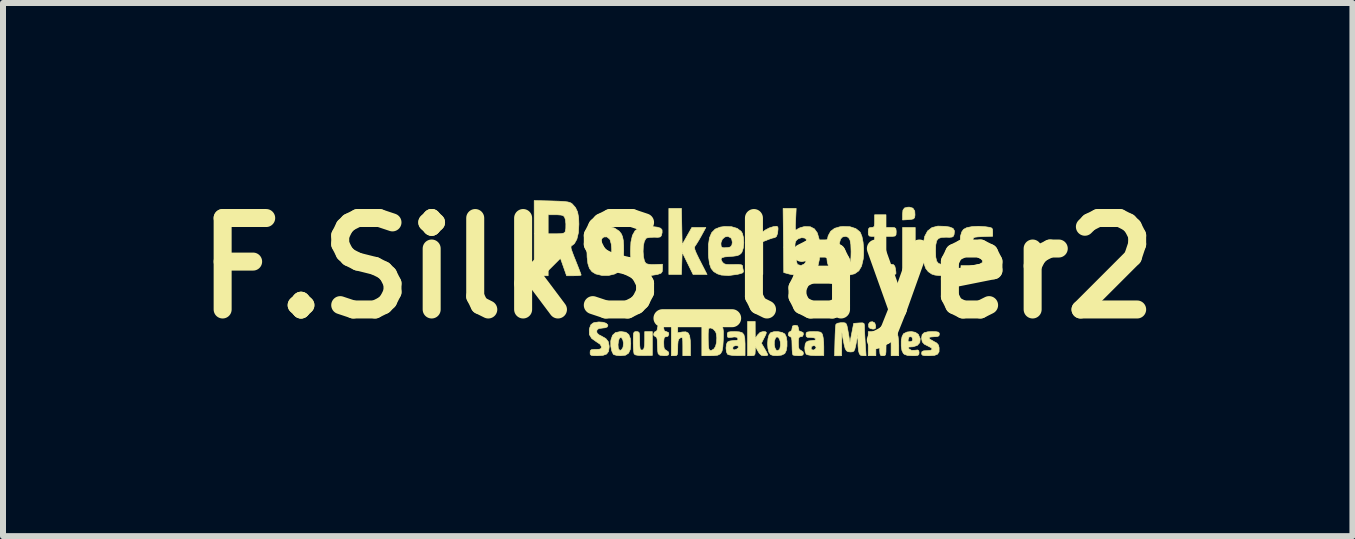
<source format=kicad_pcb>
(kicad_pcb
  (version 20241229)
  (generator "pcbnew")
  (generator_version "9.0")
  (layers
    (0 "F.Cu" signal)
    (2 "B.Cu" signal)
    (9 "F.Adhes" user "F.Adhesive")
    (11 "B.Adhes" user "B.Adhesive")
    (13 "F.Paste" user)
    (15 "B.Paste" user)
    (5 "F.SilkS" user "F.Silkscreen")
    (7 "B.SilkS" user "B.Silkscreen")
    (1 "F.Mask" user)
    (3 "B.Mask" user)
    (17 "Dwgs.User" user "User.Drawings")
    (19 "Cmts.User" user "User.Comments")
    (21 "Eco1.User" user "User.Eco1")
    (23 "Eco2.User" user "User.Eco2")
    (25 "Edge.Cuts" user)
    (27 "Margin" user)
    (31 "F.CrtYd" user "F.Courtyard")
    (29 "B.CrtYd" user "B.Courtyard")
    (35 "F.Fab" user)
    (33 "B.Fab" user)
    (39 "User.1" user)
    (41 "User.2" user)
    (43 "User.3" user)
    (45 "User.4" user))
  (footprint "F.SilkS_layer2"
    (layer "F.Cu")
    (at 8.244 1.418)
    (property "Reference" "F.SilkS_layer2" (at 0 0 0) (layer "F.SilkS") (effects (font (size 1.524 1.524) (thickness 0.3))))
    (attr through_hole)
    (fp_poly (pts (xy 3.302 1.46) (xy 3.175 1.46) (xy 3.175 1.058) (xy 3.302 1.058) (xy 3.302 1.46)) (stroke (width 0.01) (type solid)) (fill yes) (layer "F.SilkS"))
    (fp_poly (pts (xy 3.958 0.106) (xy 3.747 0.106) (xy 3.747 -0.677) (xy 3.958 -0.677) (xy 3.958 0.106)) (stroke (width 0.01) (type solid)) (fill yes) (layer "F.SilkS"))
    (fp_poly (pts (xy 3.283 0.913) (xy 3.298 0.958) (xy 3.297 1) (xy 3.274 1.015) (xy 3.25 1.016) (xy 3.204 1.005) (xy 3.183 0.984) (xy 3.179 0.933) (xy 3.205 0.899) (xy 3.244 0.893) (xy 3.283 0.913)) (stroke (width 0.01) (type solid)) (fill yes) (layer "F.SilkS"))
    (fp_poly (pts (xy 3.919 -0.999) (xy 3.95 -0.951) (xy 3.954 -0.885) (xy 3.948 -0.843) (xy 3.93 -0.821) (xy 3.89 -0.812) (xy 3.847 -0.808) (xy 3.747 -0.802) (xy 3.747 -0.896) (xy 3.753 -0.965) (xy 3.779 -1.002) (xy 3.832 -1.015) (xy 3.862 -1.016) (xy 3.919 -0.999)) (stroke (width 0.01) (type solid)) (fill yes) (layer "F.SilkS"))
    (fp_poly (pts (xy 0.074 -0.392) (xy 0.154 -0.534) (xy 0.235 -0.677) (xy 0.469 -0.677) (xy 0.391 -0.534) (xy 0.35 -0.462) (xy 0.313 -0.402) (xy 0.289 -0.367) (xy 0.287 -0.364) (xy 0.28 -0.344) (xy 0.286 -0.308) (xy 0.309 -0.25) (xy 0.35 -0.165) (xy 0.375 -0.116) (xy 0.489 0.106) (xy 0.256 0.106) (xy 0.074 -0.265) (xy 0.068 -0.079) (xy 0.062 0.106) (xy -0.148 0.106) (xy -0.148 -0.995) (xy 0.062 -0.995) (xy 0.074 -0.392)) (stroke (width 0.01) (type solid)) (fill yes) (layer "F.SilkS"))
    (fp_poly (pts (xy 1.668 -0.686) (xy 1.672 -0.654) (xy 1.664 -0.579) (xy 1.645 -0.527) (xy 1.617 -0.508) (xy 1.581 -0.501) (xy 1.524 -0.482) (xy 1.503 -0.474) (xy 1.418 -0.44) (xy 1.418 0.106) (xy 1.228 0.106) (xy 1.228 -0.677) (xy 1.312 -0.677) (xy 1.368 -0.674) (xy 1.392 -0.66) (xy 1.397 -0.634) (xy 1.397 -0.59) (xy 1.46 -0.635) (xy 1.527 -0.67) (xy 1.597 -0.692) (xy 1.598 -0.692) (xy 1.647 -0.697) (xy 1.668 -0.686)) (stroke (width 0.01) (type solid)) (fill yes) (layer "F.SilkS"))
    (fp_poly (pts (xy 1.292 1.175) (xy 1.328 1.117) (xy 1.374 1.07) (xy 1.423 1.058) (xy 1.462 1.06) (xy 1.477 1.071) (xy 1.471 1.1) (xy 1.444 1.156) (xy 1.438 1.166) (xy 1.395 1.252) (xy 1.449 1.344) (xy 1.48 1.399) (xy 1.499 1.438) (xy 1.503 1.448) (xy 1.484 1.457) (xy 1.44 1.46) (xy 1.44 1.46) (xy 1.394 1.453) (xy 1.36 1.422) (xy 1.335 1.381) (xy 1.293 1.302) (xy 1.292 1.381) (xy 1.288 1.433) (xy 1.272 1.456) (xy 1.234 1.46) (xy 1.228 1.46) (xy 1.164 1.46) (xy 1.164 0.889) (xy 1.291 0.889) (xy 1.292 1.175)) (stroke (width 0.01) (type solid)) (fill yes) (layer "F.SilkS"))
    (fp_poly (pts (xy -0.423 1.455) (xy -0.57 1.457) (xy -0.653 1.455) (xy -0.702 1.447) (xy -0.725 1.432) (xy -0.728 1.426) (xy -0.734 1.39) (xy -0.739 1.325) (xy -0.741 1.243) (xy -0.741 1.226) (xy -0.74 1.142) (xy -0.737 1.093) (xy -0.727 1.068) (xy -0.71 1.059) (xy -0.688 1.058) (xy -0.66 1.061) (xy -0.644 1.074) (xy -0.637 1.107) (xy -0.635 1.169) (xy -0.635 1.203) (xy -0.633 1.29) (xy -0.627 1.341) (xy -0.613 1.364) (xy -0.59 1.365) (xy -0.58 1.362) (xy -0.563 1.34) (xy -0.553 1.289) (xy -0.55 1.204) (xy -0.55 1.058) (xy -0.423 1.058) (xy -0.423 1.455)) (stroke (width 0.01) (type solid)) (fill yes) (layer "F.SilkS"))
    (fp_poly (pts (xy -0.02 0.893) (xy -0.005 0.913) (xy -0.000171 0.959) (xy 0 0.983) (xy 0 1.077) (xy 0.077 1.064) (xy 0.135 1.062) (xy 0.174 1.081) (xy 0.198 1.126) (xy 0.209 1.202) (xy 0.212 1.295) (xy 0.212 1.46) (xy 0.085 1.46) (xy 0.085 1.301) (xy 0.084 1.221) (xy 0.081 1.175) (xy 0.072 1.156) (xy 0.056 1.158) (xy 0.042 1.164) (xy 0.019 1.183) (xy 0.006 1.217) (xy 0.001 1.275) (xy 0 1.324) (xy -0.001 1.397) (xy -0.006 1.438) (xy -0.02 1.456) (xy -0.045 1.46) (xy -0.053 1.46) (xy -0.106 1.46) (xy -0.106 0.889) (xy -0.053 0.889) (xy -0.02 0.893)) (stroke (width 0.01) (type solid)) (fill yes) (layer "F.SilkS"))
    (fp_poly (pts (xy -0.865 1.069) (xy -0.816 1.106) (xy -0.79 1.172) (xy -0.783 1.259) (xy -0.791 1.356) (xy -0.819 1.417) (xy -0.87 1.451) (xy -0.951 1.46) (xy -0.951 1.46) (xy -1.016 1.455) (xy -1.063 1.442) (xy -1.074 1.434) (xy -1.1 1.379) (xy -1.115 1.301) (xy -1.115 1.276) (xy -0.995 1.276) (xy -0.991 1.331) (xy -0.986 1.348) (xy -0.963 1.372) (xy -0.936 1.361) (xy -0.912 1.32) (xy -0.91 1.311) (xy -0.904 1.25) (xy -0.915 1.194) (xy -0.937 1.159) (xy -0.953 1.154) (xy -0.974 1.172) (xy -0.988 1.218) (xy -0.995 1.276) (xy -1.115 1.276) (xy -1.116 1.22) (xy -1.112 1.195) (xy -1.086 1.119) (xy -1.039 1.075) (xy -0.963 1.059) (xy -0.942 1.058) (xy -0.865 1.069)) (stroke (width 0.01) (type solid)) (fill yes) (layer "F.SilkS"))
    (fp_poly (pts (xy 1.74 1.072) (xy 1.785 1.097) (xy 1.785 1.097) (xy 1.809 1.147) (xy 1.821 1.22) (xy 1.821 1.301) (xy 1.809 1.373) (xy 1.785 1.422) (xy 1.782 1.425) (xy 1.733 1.449) (xy 1.663 1.459) (xy 1.594 1.457) (xy 1.549 1.442) (xy 1.52 1.402) (xy 1.503 1.336) (xy 1.499 1.277) (xy 1.609 1.277) (xy 1.621 1.332) (xy 1.643 1.369) (xy 1.662 1.376) (xy 1.692 1.359) (xy 1.702 1.342) (xy 1.713 1.286) (xy 1.71 1.229) (xy 1.695 1.181) (xy 1.673 1.151) (xy 1.647 1.147) (xy 1.629 1.166) (xy 1.611 1.216) (xy 1.609 1.277) (xy 1.499 1.277) (xy 1.498 1.256) (xy 1.504 1.177) (xy 1.522 1.112) (xy 1.548 1.077) (xy 1.602 1.06) (xy 1.673 1.059) (xy 1.74 1.072)) (stroke (width 0.01) (type solid)) (fill yes) (layer "F.SilkS"))
    (fp_poly (pts (xy 0.622 0.913) (xy 0.675 0.924) (xy 0.712 0.945) (xy 0.722 0.954) (xy 0.742 0.979) (xy 0.755 1.01) (xy 0.761 1.056) (xy 0.761 1.127) (xy 0.759 1.2) (xy 0.752 1.309) (xy 0.739 1.382) (xy 0.713 1.427) (xy 0.667 1.451) (xy 0.597 1.459) (xy 0.536 1.46) (xy 0.402 1.46) (xy 0.402 1.17) (xy 0.508 1.17) (xy 0.51 1.273) (xy 0.517 1.338) (xy 0.532 1.37) (xy 0.557 1.374) (xy 0.594 1.353) (xy 0.602 1.348) (xy 0.63 1.306) (xy 0.647 1.238) (xy 0.651 1.161) (xy 0.642 1.09) (xy 0.63 1.058) (xy 0.593 1.017) (xy 0.555 0.999) (xy 0.532 0.998) (xy 0.518 1.008) (xy 0.511 1.037) (xy 0.508 1.094) (xy 0.508 1.17) (xy 0.402 1.17) (xy 0.402 0.91) (xy 0.54 0.91) (xy 0.622 0.913)) (stroke (width 0.01) (type solid)) (fill yes) (layer "F.SilkS"))
    (fp_poly (pts (xy 4.307 1.06) (xy 4.344 1.067) (xy 4.358 1.083) (xy 4.36 1.101) (xy 4.353 1.129) (xy 4.323 1.141) (xy 4.279 1.143) (xy 4.212 1.148) (xy 4.186 1.161) (xy 4.201 1.184) (xy 4.258 1.216) (xy 4.259 1.217) (xy 4.317 1.249) (xy 4.345 1.282) (xy 4.356 1.328) (xy 4.356 1.33) (xy 4.355 1.394) (xy 4.33 1.434) (xy 4.277 1.455) (xy 4.188 1.46) (xy 4.118 1.459) (xy 4.081 1.452) (xy 4.066 1.436) (xy 4.064 1.418) (xy 4.071 1.39) (xy 4.1 1.378) (xy 4.147 1.376) (xy 4.214 1.37) (xy 4.241 1.353) (xy 4.228 1.329) (xy 4.177 1.302) (xy 4.11 1.268) (xy 4.076 1.23) (xy 4.065 1.177) (xy 4.064 1.163) (xy 4.073 1.11) (xy 4.106 1.077) (xy 4.168 1.061) (xy 4.238 1.058) (xy 4.307 1.06)) (stroke (width 0.01) (type solid)) (fill yes) (layer "F.SilkS"))
    (fp_poly (pts (xy -0.245 0.961) (xy -0.233 0.996) (xy -0.233 1.005) (xy -0.223 1.047) (xy -0.191 1.058) (xy -0.155 1.073) (xy -0.148 1.101) (xy -0.163 1.136) (xy -0.191 1.143) (xy -0.216 1.148) (xy -0.228 1.172) (xy -0.233 1.223) (xy -0.233 1.251) (xy -0.23 1.317) (xy -0.219 1.352) (xy -0.196 1.368) (xy -0.191 1.37) (xy -0.156 1.396) (xy -0.148 1.421) (xy -0.156 1.447) (xy -0.188 1.459) (xy -0.231 1.46) (xy -0.297 1.452) (xy -0.326 1.427) (xy -0.333 1.388) (xy -0.337 1.324) (xy -0.339 1.268) (xy -0.341 1.195) (xy -0.35 1.156) (xy -0.367 1.143) (xy -0.37 1.143) (xy -0.396 1.125) (xy -0.402 1.101) (xy -0.389 1.066) (xy -0.37 1.058) (xy -0.345 1.04) (xy -0.339 1.005) (xy -0.33 0.965) (xy -0.296 0.953) (xy -0.286 0.953) (xy -0.245 0.961)) (stroke (width 0.01) (type solid)) (fill yes) (layer "F.SilkS"))
    (fp_poly (pts (xy 3.442 1.068) (xy 3.45 1.08) (xy 3.463 1.091) (xy 3.491 1.08) (xy 3.557 1.06) (xy 3.618 1.066) (xy 3.659 1.096) (xy 3.661 1.099) (xy 3.672 1.14) (xy 3.68 1.209) (xy 3.683 1.291) (xy 3.683 1.3) (xy 3.683 1.46) (xy 3.556 1.46) (xy 3.556 1.301) (xy 3.555 1.221) (xy 3.552 1.175) (xy 3.543 1.156) (xy 3.527 1.158) (xy 3.514 1.164) (xy 3.49 1.183) (xy 3.477 1.217) (xy 3.472 1.275) (xy 3.471 1.324) (xy 3.47 1.397) (xy 3.465 1.438) (xy 3.452 1.456) (xy 3.427 1.46) (xy 3.418 1.46) (xy 3.394 1.459) (xy 3.378 1.45) (xy 3.37 1.424) (xy 3.366 1.375) (xy 3.366 1.293) (xy 3.365 1.259) (xy 3.366 1.166) (xy 3.369 1.107) (xy 3.376 1.075) (xy 3.389 1.061) (xy 3.408 1.058) (xy 3.442 1.068)) (stroke (width 0.01) (type solid)) (fill yes) (layer "F.SilkS"))
    (fp_poly (pts (xy -0.428 -0.693) (xy -0.427 -0.693) (xy -0.338 -0.682) (xy -0.285 -0.665) (xy -0.261 -0.637) (xy -0.26 -0.594) (xy -0.264 -0.575) (xy -0.274 -0.538) (xy -0.293 -0.519) (xy -0.331 -0.513) (xy -0.392 -0.515) (xy -0.462 -0.512) (xy -0.514 -0.503) (xy -0.53 -0.494) (xy -0.557 -0.444) (xy -0.573 -0.367) (xy -0.577 -0.278) (xy -0.571 -0.19) (xy -0.554 -0.117) (xy -0.531 -0.079) (xy -0.497 -0.066) (xy -0.434 -0.059) (xy -0.381 -0.06) (xy -0.254 -0.065) (xy -0.254 0.009) (xy -0.258 0.058) (xy -0.279 0.085) (xy -0.329 0.103) (xy -0.333 0.105) (xy -0.454 0.124) (xy -0.568 0.118) (xy -0.649 0.093) (xy -0.709 0.051) (xy -0.75 -0.012) (xy -0.775 -0.1) (xy -0.786 -0.221) (xy -0.787 -0.286) (xy -0.78 -0.434) (xy -0.755 -0.545) (xy -0.711 -0.623) (xy -0.643 -0.671) (xy -0.55 -0.693) (xy -0.428 -0.693)) (stroke (width 0.01) (type solid)) (fill yes) (layer "F.SilkS"))
    (fp_poly (pts (xy 1.998 0.961) (xy 2.011 0.996) (xy 2.011 1.005) (xy 2.021 1.047) (xy 2.053 1.058) (xy 2.089 1.073) (xy 2.095 1.101) (xy 2.081 1.136) (xy 2.053 1.143) (xy 2.028 1.148) (xy 2.015 1.172) (xy 2.011 1.223) (xy 2.011 1.251) (xy 2.014 1.317) (xy 2.025 1.352) (xy 2.048 1.368) (xy 2.053 1.37) (xy 2.088 1.396) (xy 2.095 1.421) (xy 2.087 1.447) (xy 2.055 1.459) (xy 2.014 1.46) (xy 1.958 1.457) (xy 1.923 1.449) (xy 1.919 1.446) (xy 1.912 1.42) (xy 1.907 1.363) (xy 1.905 1.288) (xy 1.905 1.288) (xy 1.903 1.208) (xy 1.896 1.163) (xy 1.882 1.145) (xy 1.873 1.143) (xy 1.847 1.125) (xy 1.841 1.101) (xy 1.855 1.066) (xy 1.873 1.058) (xy 1.899 1.04) (xy 1.905 1.005) (xy 1.914 0.965) (xy 1.948 0.953) (xy 1.958 0.953) (xy 1.998 0.961)) (stroke (width 0.01) (type solid)) (fill yes) (layer "F.SilkS"))
    (fp_poly (pts (xy 2.337 1.06) (xy 2.378 1.067) (xy 2.401 1.085) (xy 2.414 1.113) (xy 2.424 1.162) (xy 2.432 1.236) (xy 2.434 1.312) (xy 2.434 1.457) (xy 2.3 1.458) (xy 2.224 1.455) (xy 2.166 1.445) (xy 2.141 1.434) (xy 2.123 1.393) (xy 2.118 1.34) (xy 2.223 1.34) (xy 2.235 1.36) (xy 2.265 1.366) (xy 2.295 1.347) (xy 2.307 1.321) (xy 2.29 1.297) (xy 2.265 1.291) (xy 2.23 1.306) (xy 2.223 1.34) (xy 2.118 1.34) (xy 2.117 1.332) (xy 2.124 1.271) (xy 2.142 1.232) (xy 2.18 1.214) (xy 2.236 1.207) (xy 2.239 1.206) (xy 2.29 1.2) (xy 2.302 1.181) (xy 2.301 1.18) (xy 2.275 1.162) (xy 2.222 1.156) (xy 2.215 1.156) (xy 2.164 1.154) (xy 2.142 1.139) (xy 2.138 1.108) (xy 2.141 1.081) (xy 2.157 1.066) (xy 2.195 1.06) (xy 2.265 1.058) (xy 2.337 1.06)) (stroke (width 0.01) (type solid)) (fill yes) (layer "F.SilkS"))
    (fp_poly (pts (xy 4.459 -0.696) (xy 4.529 -0.685) (xy 4.588 -0.662) (xy 4.612 -0.62) (xy 4.606 -0.562) (xy 4.595 -0.533) (xy 4.573 -0.518) (xy 4.529 -0.513) (xy 4.475 -0.515) (xy 4.397 -0.512) (xy 4.345 -0.494) (xy 4.315 -0.455) (xy 4.3 -0.386) (xy 4.297 -0.286) (xy 4.3 -0.183) (xy 4.315 -0.116) (xy 4.345 -0.078) (xy 4.398 -0.061) (xy 4.478 -0.059) (xy 4.485 -0.06) (xy 4.557 -0.061) (xy 4.596 -0.056) (xy 4.612 -0.043) (xy 4.614 -0.023) (xy 4.62 0.028) (xy 4.626 0.048) (xy 4.617 0.074) (xy 4.576 0.096) (xy 4.512 0.112) (xy 4.436 0.122) (xy 4.357 0.124) (xy 4.286 0.116) (xy 4.235 0.1) (xy 4.175 0.059) (xy 4.133 0.005) (xy 4.106 -0.071) (xy 4.092 -0.177) (xy 4.088 -0.247) (xy 4.092 -0.406) (xy 4.116 -0.529) (xy 4.164 -0.619) (xy 4.236 -0.675) (xy 4.334 -0.7) (xy 4.459 -0.696)) (stroke (width 0.01) (type solid)) (fill yes) (layer "F.SilkS"))
    (fp_poly (pts (xy 3.96 1.07) (xy 4.008 1.103) (xy 4.01 1.105) (xy 4.041 1.178) (xy 4.034 1.241) (xy 3.993 1.288) (xy 3.922 1.311) (xy 3.901 1.312) (xy 3.853 1.315) (xy 3.841 1.325) (xy 3.854 1.346) (xy 3.896 1.37) (xy 3.952 1.369) (xy 3.999 1.364) (xy 4.018 1.378) (xy 4.022 1.409) (xy 4.018 1.439) (xy 4.001 1.454) (xy 3.96 1.46) (xy 3.909 1.46) (xy 3.828 1.455) (xy 3.778 1.437) (xy 3.76 1.422) (xy 3.736 1.372) (xy 3.725 1.299) (xy 3.725 1.218) (xy 3.729 1.194) (xy 3.839 1.194) (xy 3.841 1.221) (xy 3.871 1.228) (xy 3.908 1.214) (xy 3.916 1.185) (xy 3.903 1.151) (xy 3.884 1.143) (xy 3.856 1.148) (xy 3.852 1.152) (xy 3.846 1.177) (xy 3.839 1.194) (xy 3.729 1.194) (xy 3.737 1.145) (xy 3.761 1.096) (xy 3.764 1.093) (xy 3.821 1.065) (xy 3.892 1.057) (xy 3.96 1.07)) (stroke (width 0.01) (type solid)) (fill yes) (layer "F.SilkS"))
    (fp_poly (pts (xy -1.247 0.902) (xy -1.193 0.919) (xy -1.165 0.946) (xy -1.164 0.954) (xy -1.174 0.98) (xy -1.209 0.994) (xy -1.254 0.999) (xy -1.314 1.007) (xy -1.342 1.026) (xy -1.35 1.049) (xy -1.344 1.083) (xy -1.31 1.113) (xy -1.27 1.133) (xy -1.197 1.175) (xy -1.157 1.226) (xy -1.143 1.298) (xy -1.143 1.32) (xy -1.153 1.389) (xy -1.185 1.432) (xy -1.246 1.454) (xy -1.335 1.46) (xy -1.405 1.459) (xy -1.442 1.453) (xy -1.458 1.437) (xy -1.46 1.408) (xy -1.46 1.408) (xy -1.457 1.375) (xy -1.437 1.359) (xy -1.391 1.355) (xy -1.365 1.355) (xy -1.306 1.352) (xy -1.278 1.34) (xy -1.27 1.315) (xy -1.27 1.313) (xy -1.291 1.271) (xy -1.353 1.229) (xy -1.356 1.227) (xy -1.434 1.172) (xy -1.473 1.106) (xy -1.474 1.023) (xy -1.469 1.001) (xy -1.447 0.944) (xy -1.409 0.914) (xy -1.387 0.907) (xy -1.315 0.897) (xy -1.247 0.902)) (stroke (width 0.01) (type solid)) (fill yes) (layer "F.SilkS"))
    (fp_poly (pts (xy 1.025 1.062) (xy 1.074 1.076) (xy 1.103 1.109) (xy 1.117 1.168) (xy 1.122 1.26) (xy 1.122 1.299) (xy 1.122 1.457) (xy 0.988 1.458) (xy 0.912 1.455) (xy 0.854 1.445) (xy 0.829 1.434) (xy 0.811 1.393) (xy 0.807 1.348) (xy 0.918 1.348) (xy 0.921 1.355) (xy 0.946 1.363) (xy 0.982 1.35) (xy 1.011 1.326) (xy 1.016 1.312) (xy 0.999 1.295) (xy 0.964 1.292) (xy 0.93 1.303) (xy 0.921 1.312) (xy 0.918 1.348) (xy 0.807 1.348) (xy 0.805 1.332) (xy 0.812 1.271) (xy 0.83 1.232) (xy 0.867 1.215) (xy 0.924 1.207) (xy 0.935 1.206) (xy 0.987 1.203) (xy 1.005 1.19) (xy 1.002 1.173) (xy 0.983 1.151) (xy 0.942 1.147) (xy 0.907 1.152) (xy 0.854 1.158) (xy 0.831 1.149) (xy 0.826 1.121) (xy 0.826 1.111) (xy 0.828 1.082) (xy 0.843 1.066) (xy 0.88 1.06) (xy 0.948 1.058) (xy 0.952 1.058) (xy 1.025 1.062)) (stroke (width 0.01) (type solid)) (fill yes) (layer "F.SilkS"))
    (fp_poly (pts (xy -1.15 -0.695) (xy -1.052 -0.667) (xy -0.974 -0.615) (xy -0.938 -0.568) (xy -0.919 -0.521) (xy -0.907 -0.461) (xy -0.901 -0.377) (xy -0.9 -0.286) (xy -0.904 -0.151) (xy -0.92 -0.052) (xy -0.95 0.019) (xy -0.996 0.068) (xy -1.048 0.097) (xy -1.15 0.122) (xy -1.262 0.122) (xy -1.364 0.098) (xy -1.369 0.096) (xy -1.429 0.059) (xy -1.471 0.005) (xy -1.497 -0.074) (xy -1.51 -0.182) (xy -1.513 -0.286) (xy -1.511 -0.336) (xy -1.308 -0.336) (xy -1.307 -0.249) (xy -1.299 -0.167) (xy -1.285 -0.103) (xy -1.272 -0.077) (xy -1.225 -0.046) (xy -1.173 -0.053) (xy -1.134 -0.089) (xy -1.113 -0.144) (xy -1.102 -0.224) (xy -1.1 -0.315) (xy -1.108 -0.402) (xy -1.126 -0.467) (xy -1.134 -0.483) (xy -1.18 -0.52) (xy -1.231 -0.519) (xy -1.276 -0.482) (xy -1.286 -0.466) (xy -1.301 -0.413) (xy -1.308 -0.336) (xy -1.511 -0.336) (xy -1.508 -0.42) (xy -1.492 -0.519) (xy -1.463 -0.59) (xy -1.417 -0.64) (xy -1.365 -0.668) (xy -1.258 -0.696) (xy -1.15 -0.695)) (stroke (width 0.01) (type solid)) (fill yes) (layer "F.SilkS"))
    (fp_poly (pts (xy 2.87 -0.69) (xy 2.967 -0.659) (xy 3.035 -0.604) (xy 3.045 -0.59) (xy 3.071 -0.524) (xy 3.089 -0.43) (xy 3.098 -0.321) (xy 3.097 -0.21) (xy 3.091 -0.15) (xy 3.064 -0.034) (xy 3.018 0.045) (xy 2.949 0.094) (xy 2.852 0.117) (xy 2.821 0.119) (xy 2.746 0.12) (xy 2.683 0.117) (xy 2.656 0.113) (xy 2.581 0.075) (xy 2.527 0.007) (xy 2.493 -0.095) (xy 2.478 -0.231) (xy 2.477 -0.286) (xy 2.688 -0.286) (xy 2.695 -0.166) (xy 2.715 -0.086) (xy 2.749 -0.046) (xy 2.797 -0.045) (xy 2.848 -0.072) (xy 2.869 -0.093) (xy 2.881 -0.126) (xy 2.887 -0.18) (xy 2.889 -0.265) (xy 2.889 -0.281) (xy 2.885 -0.392) (xy 2.871 -0.468) (xy 2.845 -0.511) (xy 2.806 -0.528) (xy 2.793 -0.529) (xy 2.746 -0.519) (xy 2.714 -0.485) (xy 2.696 -0.422) (xy 2.689 -0.325) (xy 2.688 -0.286) (xy 2.477 -0.286) (xy 2.484 -0.43) (xy 2.507 -0.538) (xy 2.549 -0.614) (xy 2.614 -0.663) (xy 2.703 -0.689) (xy 2.75 -0.694) (xy 2.87 -0.69)) (stroke (width 0.01) (type solid)) (fill yes) (layer "F.SilkS"))
    (fp_poly (pts (xy 3.471 -0.677) (xy 3.556 -0.677) (xy 3.61 -0.675) (xy 3.634 -0.661) (xy 3.64 -0.625) (xy 3.641 -0.603) (xy 3.638 -0.556) (xy 3.622 -0.535) (xy 3.581 -0.529) (xy 3.556 -0.529) (xy 3.471 -0.529) (xy 3.471 -0.33) (xy 3.472 -0.219) (xy 3.477 -0.144) (xy 3.488 -0.098) (xy 3.507 -0.073) (xy 3.536 -0.064) (xy 3.556 -0.064) (xy 3.597 -0.057) (xy 3.618 -0.031) (xy 3.629 0.013) (xy 3.636 0.065) (xy 3.636 0.096) (xy 3.634 0.098) (xy 3.603 0.109) (xy 3.545 0.116) (xy 3.477 0.117) (xy 3.414 0.113) (xy 3.373 0.104) (xy 3.373 0.103) (xy 3.337 0.077) (xy 3.311 0.035) (xy 3.294 -0.027) (xy 3.284 -0.118) (xy 3.281 -0.242) (xy 3.281 -0.276) (xy 3.281 -0.529) (xy 3.228 -0.529) (xy 3.192 -0.535) (xy 3.177 -0.56) (xy 3.175 -0.603) (xy 3.179 -0.653) (xy 3.197 -0.674) (xy 3.228 -0.677) (xy 3.259 -0.681) (xy 3.275 -0.698) (xy 3.28 -0.741) (xy 3.281 -0.783) (xy 3.281 -0.889) (xy 3.471 -0.889) (xy 3.471 -0.677)) (stroke (width 0.01) (type solid)) (fill yes) (layer "F.SilkS"))
    (fp_poly (pts (xy 2.791 0.914) (xy 2.808 0.929) (xy 2.821 0.962) (xy 2.833 1.021) (xy 2.849 1.112) (xy 2.854 1.143) (xy 2.87 1.238) (xy 2.932 0.921) (xy 3.022 0.914) (xy 3.078 0.912) (xy 3.104 0.921) (xy 3.111 0.951) (xy 3.112 0.978) (xy 3.113 1.03) (xy 3.117 1.11) (xy 3.122 1.206) (xy 3.125 1.254) (xy 3.139 1.46) (xy 3.085 1.46) (xy 3.05 1.454) (xy 3.027 1.429) (xy 3.013 1.379) (xy 3.005 1.297) (xy 3.004 1.238) (xy 3.001 1.111) (xy 2.983 1.206) (xy 2.965 1.296) (xy 2.951 1.352) (xy 2.936 1.382) (xy 2.916 1.394) (xy 2.886 1.397) (xy 2.88 1.397) (xy 2.839 1.393) (xy 2.811 1.377) (xy 2.79 1.339) (xy 2.773 1.274) (xy 2.76 1.207) (xy 2.735 1.069) (xy 2.733 1.265) (xy 2.731 1.46) (xy 2.672 1.461) (xy 2.614 1.461) (xy 2.62 1.212) (xy 2.623 1.112) (xy 2.627 1.026) (xy 2.632 0.964) (xy 2.636 0.937) (xy 2.661 0.919) (xy 2.715 0.91) (xy 2.729 0.91) (xy 2.766 0.91) (xy 2.791 0.914)) (stroke (width 0.01) (type solid)) (fill yes) (layer "F.SilkS"))
    (fp_poly (pts (xy 1.965 -0.805) (xy 1.961 -0.715) (xy 1.961 -0.662) (xy 1.965 -0.637) (xy 1.976 -0.635) (xy 1.993 -0.649) (xy 2.037 -0.672) (xy 2.102 -0.69) (xy 2.121 -0.692) (xy 2.21 -0.689) (xy 2.278 -0.654) (xy 2.326 -0.587) (xy 2.356 -0.485) (xy 2.368 -0.347) (xy 2.369 -0.286) (xy 2.36 -0.142) (xy 2.336 -0.034) (xy 2.292 0.042) (xy 2.225 0.09) (xy 2.134 0.115) (xy 2.08 0.12) (xy 1.991 0.118) (xy 1.902 0.108) (xy 1.863 0.1) (xy 1.767 0.074) (xy 1.763 -0.349) (xy 1.954 -0.349) (xy 1.96 -0.262) (xy 1.96 -0.252) (xy 1.97 -0.168) (xy 1.982 -0.102) (xy 1.994 -0.063) (xy 1.998 -0.059) (xy 2.054 -0.043) (xy 2.106 -0.067) (xy 2.126 -0.089) (xy 2.142 -0.134) (xy 2.153 -0.206) (xy 2.16 -0.292) (xy 2.16 -0.377) (xy 2.153 -0.447) (xy 2.146 -0.475) (xy 2.116 -0.501) (xy 2.067 -0.507) (xy 2.014 -0.492) (xy 1.982 -0.468) (xy 1.964 -0.442) (xy 1.955 -0.406) (xy 1.954 -0.349) (xy 1.763 -0.349) (xy 1.756 -0.995) (xy 1.865 -0.995) (xy 1.974 -0.995) (xy 1.965 -0.805)) (stroke (width 0.01) (type solid)) (fill yes) (layer "F.SilkS"))
    (fp_poly (pts (xy 5.132 -0.689) (xy 5.199 -0.679) (xy 5.234 -0.667) (xy 5.247 -0.645) (xy 5.249 -0.606) (xy 5.249 -0.603) (xy 5.249 -0.531) (xy 5.085 -0.525) (xy 5.003 -0.521) (xy 4.954 -0.515) (xy 4.93 -0.504) (xy 4.922 -0.485) (xy 4.921 -0.469) (xy 4.927 -0.44) (xy 4.951 -0.415) (xy 5.001 -0.39) (xy 5.059 -0.368) (xy 5.135 -0.335) (xy 5.198 -0.3) (xy 5.233 -0.272) (xy 5.257 -0.221) (xy 5.269 -0.145) (xy 5.269 -0.062) (xy 5.258 0.01) (xy 5.24 0.048) (xy 5.184 0.09) (xy 5.093 0.115) (xy 4.97 0.124) (xy 4.82 0.115) (xy 4.789 0.112) (xy 4.742 0.101) (xy 4.723 0.077) (xy 4.72 0.03) (xy 4.72 -0.042) (xy 4.859 -0.042) (xy 4.96 -0.049) (xy 5.033 -0.066) (xy 5.075 -0.092) (xy 5.082 -0.123) (xy 5.052 -0.156) (xy 5.001 -0.182) (xy 4.898 -0.224) (xy 4.827 -0.256) (xy 4.781 -0.283) (xy 4.752 -0.309) (xy 4.733 -0.341) (xy 4.726 -0.358) (xy 4.707 -0.439) (xy 4.71 -0.526) (xy 4.733 -0.603) (xy 4.763 -0.646) (xy 4.819 -0.675) (xy 4.907 -0.692) (xy 5.015 -0.697) (xy 5.132 -0.689)) (stroke (width 0.01) (type solid)) (fill yes) (layer "F.SilkS"))
    (fp_poly (pts (xy 0.898 -0.69) (xy 0.992 -0.662) (xy 1.058 -0.611) (xy 1.077 -0.58) (xy 1.096 -0.508) (xy 1.101 -0.421) (xy 1.093 -0.336) (xy 1.071 -0.268) (xy 1.061 -0.252) (xy 1.032 -0.225) (xy 0.993 -0.208) (xy 0.931 -0.199) (xy 0.87 -0.194) (xy 0.784 -0.187) (xy 0.736 -0.173) (xy 0.721 -0.151) (xy 0.735 -0.115) (xy 0.749 -0.095) (xy 0.771 -0.074) (xy 0.806 -0.062) (xy 0.864 -0.059) (xy 0.929 -0.06) (xy 1.013 -0.061) (xy 1.061 -0.055) (xy 1.079 -0.042) (xy 1.08 -0.038) (xy 1.085 0.004) (xy 1.092 0.035) (xy 1.095 0.063) (xy 1.078 0.081) (xy 1.032 0.095) (xy 0.996 0.104) (xy 0.848 0.124) (xy 0.727 0.116) (xy 0.663 0.096) (xy 0.601 0.059) (xy 0.557 0.006) (xy 0.53 -0.071) (xy 0.515 -0.178) (xy 0.512 -0.23) (xy 0.512 -0.385) (xy 0.514 -0.401) (xy 0.72 -0.401) (xy 0.725 -0.356) (xy 0.751 -0.34) (xy 0.781 -0.339) (xy 0.839 -0.343) (xy 0.877 -0.352) (xy 0.902 -0.381) (xy 0.91 -0.43) (xy 0.9 -0.481) (xy 0.885 -0.504) (xy 0.836 -0.529) (xy 0.786 -0.519) (xy 0.744 -0.482) (xy 0.721 -0.424) (xy 0.72 -0.401) (xy 0.514 -0.401) (xy 0.529 -0.504) (xy 0.566 -0.591) (xy 0.624 -0.65) (xy 0.706 -0.683) (xy 0.781 -0.694) (xy 0.898 -0.69)) (stroke (width 0.01) (type solid)) (fill yes) (layer "F.SilkS"))
    (fp_poly (pts (xy -2.098 -1.119) (xy -1.978 -1.115) (xy -1.893 -1.11) (xy -1.834 -1.103) (xy -1.796 -1.093) (xy -1.769 -1.079) (xy -1.757 -1.069) (xy -1.703 -1.008) (xy -1.669 -0.936) (xy -1.651 -0.842) (xy -1.647 -0.732) (xy -1.655 -0.59) (xy -1.681 -0.481) (xy -1.722 -0.408) (xy -1.753 -0.383) (xy -1.771 -0.372) (xy -1.779 -0.356) (xy -1.777 -0.328) (xy -1.762 -0.282) (xy -1.735 -0.209) (xy -1.702 -0.127) (xy -1.666 -0.036) (xy -1.636 0.041) (xy -1.616 0.094) (xy -1.609 0.116) (xy -1.628 0.122) (xy -1.678 0.126) (xy -1.73 0.127) (xy -1.852 0.127) (xy -1.934 -0.106) (xy -1.972 -0.211) (xy -2.002 -0.281) (xy -2.026 -0.322) (xy -2.047 -0.338) (xy -2.054 -0.339) (xy -2.107 -0.346) (xy -2.126 -0.352) (xy -2.14 -0.352) (xy -2.15 -0.338) (xy -2.155 -0.301) (xy -2.158 -0.236) (xy -2.159 -0.136) (xy -2.159 -0.119) (xy -2.159 0.127) (xy -2.392 0.127) (xy -2.392 -0.889) (xy -2.159 -0.889) (xy -2.159 -0.572) (xy -2.024 -0.572) (xy -1.944 -0.574) (xy -1.898 -0.584) (xy -1.877 -0.602) (xy -1.876 -0.605) (xy -1.865 -0.662) (xy -1.864 -0.737) (xy -1.872 -0.808) (xy -1.885 -0.848) (xy -1.905 -0.872) (xy -1.942 -0.884) (xy -2.007 -0.889) (xy -2.033 -0.889) (xy -2.159 -0.889) (xy -2.392 -0.889) (xy -2.392 -1.126) (xy -2.098 -1.119)) (stroke (width 0.01) (type solid)) (fill yes) (layer "F.SilkS")))
  (gr_rect
    (start -3 -3)
    (end 19.488 5.884)
    (stroke (width 0.1) (type default))
    (fill no)
    (layer "Edge.Cuts")))
</source>
